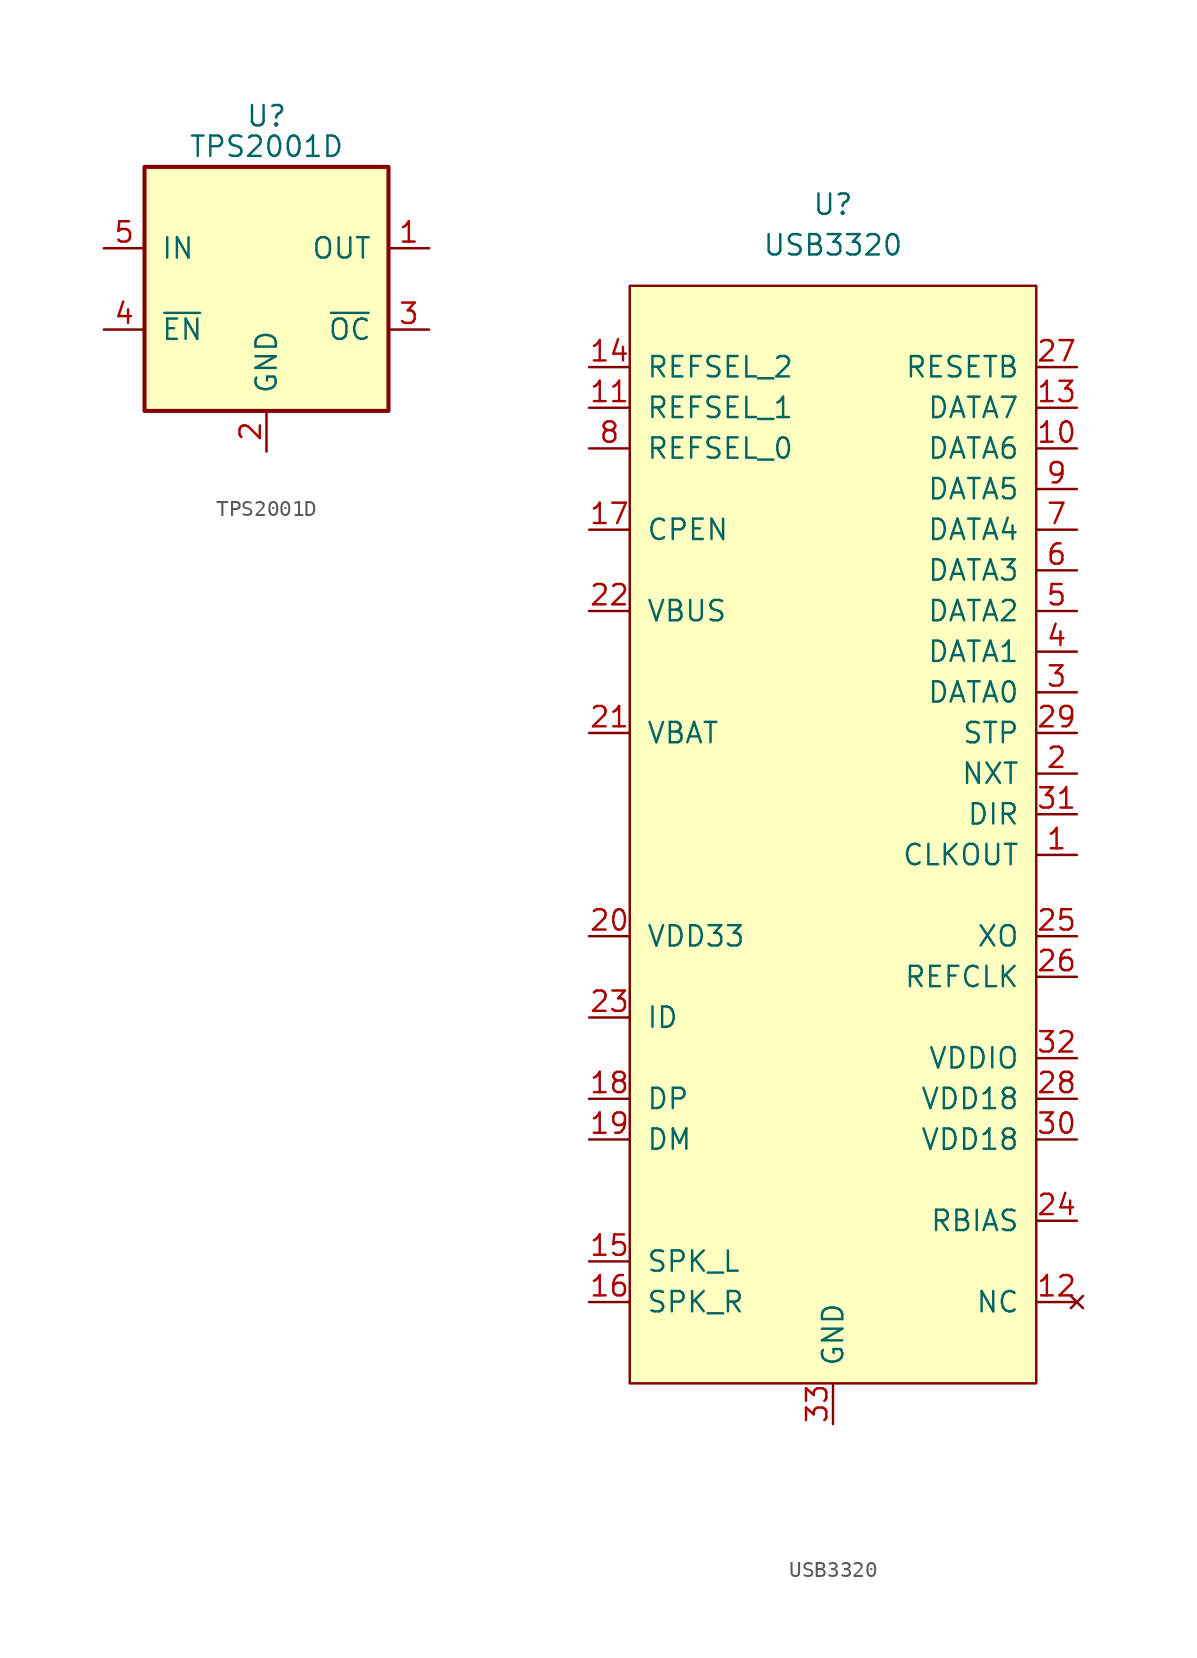
<source format=kicad_sym>
(kicad_symbol_lib
  (version 20211014)
  (generator kicad_symbol_editor)
  (symbol "TPS2001D"
    (pin_names
      (offset 1.016))
    (property "Reference" "U"
      (at 0 10.795 0)
      (effects (font (size 1.27 1.27))))
    (property "Value" "TPS2001D"
      (at 0 8.89 0)
      (effects (font (size 1.27 1.27))))
    (symbol "TPS2001D_0_1"
      (rectangle (start -7.62 7.62) (end 7.62 -7.62) (stroke (width 0.254) (type default) (color 0 0 0 0)) (fill (type background))))
    (symbol "TPS2001D_1_1"
      (pin power_out line (at 10.16 2.54 180) (length 2.54) (name "OUT" (effects (font (size 1.27 1.27)))) (number "1" (effects (font (size 1.27 1.27)))))
      (pin power_in line (at 0 -10.16 90) (length 2.54) (name "GND" (effects (font (size 1.27 1.27)))) (number "2" (effects (font (size 1.27 1.27)))))
      (pin open_collector line (at 10.16 -2.54 180) (length 2.54) (name "~{OC}" (effects (font (size 1.27 1.27)))) (number "3" (effects (font (size 1.27 1.27)))))
      (pin input line (at -10.16 -2.54 0) (length 2.54) (name "~{EN}" (effects (font (size 1.27 1.27)))) (number "4" (effects (font (size 1.27 1.27)))))
      (pin power_in line (at -10.16 2.54 0) (length 2.54) (name "IN" (effects (font (size 1.27 1.27)))) (number "5" (effects (font (size 1.27 1.27)))))))
  (symbol "USB3320"
    (pin_names
      (offset 1.016))
    (property "Reference" "U"
      (at 0 0 0)
      (effects (font (size 1.27 1.27))))
    (property "Value" "USB3320"
      (at 0 -2.54 0)
      (effects (font (size 1.27 1.27))))
    (symbol "USB3320_0_1"
      (rectangle (start -12.7 -5.08) (end 12.7 -73.66) (stroke (width 0) (type default) (color 0 0 0 0)) (fill (type background))))
    (symbol "USB3320_1_1"
      (pin output line (at 15.24 -40.64 180) (length 2.54) (name "CLKOUT" (effects (font (size 1.27 1.27)))) (number "1" (effects (font (size 1.27 1.27)))))
      (pin bidirectional line (at 15.24 -15.24 180) (length 2.54) (name "DATA6" (effects (font (size 1.27 1.27)))) (number "10" (effects (font (size 1.27 1.27)))))
      (pin input line (at -15.24 -12.7 0) (length 2.54) (name "REFSEL_1" (effects (font (size 1.27 1.27)))) (number "11" (effects (font (size 1.27 1.27)))))
      (pin no_connect line (at 15.24 -68.58 180) (length 2.54) (name "NC" (effects (font (size 1.27 1.27)))) (number "12" (effects (font (size 1.27 1.27)))))
      (pin bidirectional line (at 15.24 -12.7 180) (length 2.54) (name "DATA7" (effects (font (size 1.27 1.27)))) (number "13" (effects (font (size 1.27 1.27)))))
      (pin input line (at -15.24 -10.16 0) (length 2.54) (name "REFSEL_2" (effects (font (size 1.27 1.27)))) (number "14" (effects (font (size 1.27 1.27)))))
      (pin bidirectional line (at -15.24 -66.04 0) (length 2.54) (name "SPK_L" (effects (font (size 1.27 1.27)))) (number "15" (effects (font (size 1.27 1.27)))))
      (pin bidirectional line (at -15.24 -68.58 0) (length 2.54) (name "SPK_R" (effects (font (size 1.27 1.27)))) (number "16" (effects (font (size 1.27 1.27)))))
      (pin input line (at -15.24 -20.32 0) (length 2.54) (name "CPEN" (effects (font (size 1.27 1.27)))) (number "17" (effects (font (size 1.27 1.27)))))
      (pin bidirectional line (at -15.24 -55.88 0) (length 2.54) (name "DP" (effects (font (size 1.27 1.27)))) (number "18" (effects (font (size 1.27 1.27)))))
      (pin bidirectional line (at -15.24 -58.42 0) (length 2.54) (name "DM" (effects (font (size 1.27 1.27)))) (number "19" (effects (font (size 1.27 1.27)))))
      (pin output line (at 15.24 -35.56 180) (length 2.54) (name "NXT" (effects (font (size 1.27 1.27)))) (number "2" (effects (font (size 1.27 1.27)))))
      (pin input line (at -15.24 -45.72 0) (length 2.54) (name "VDD33" (effects (font (size 1.27 1.27)))) (number "20" (effects (font (size 1.27 1.27)))))
      (pin input line (at -15.24 -33.02 0) (length 2.54) (name "VBAT" (effects (font (size 1.27 1.27)))) (number "21" (effects (font (size 1.27 1.27)))))
      (pin input line (at -15.24 -25.4 0) (length 2.54) (name "VBUS" (effects (font (size 1.27 1.27)))) (number "22" (effects (font (size 1.27 1.27)))))
      (pin input line (at -15.24 -50.8 0) (length 2.54) (name "ID" (effects (font (size 1.27 1.27)))) (number "23" (effects (font (size 1.27 1.27)))))
      (pin output line (at 15.24 -63.5 180) (length 2.54) (name "RBIAS" (effects (font (size 1.27 1.27)))) (number "24" (effects (font (size 1.27 1.27)))))
      (pin output line (at 15.24 -45.72 180) (length 2.54) (name "XO" (effects (font (size 1.27 1.27)))) (number "25" (effects (font (size 1.27 1.27)))))
      (pin input line (at 15.24 -48.26 180) (length 2.54) (name "REFCLK" (effects (font (size 1.27 1.27)))) (number "26" (effects (font (size 1.27 1.27)))))
      (pin input line (at 15.24 -10.16 180) (length 2.54) (name "RESETB" (effects (font (size 1.27 1.27)))) (number "27" (effects (font (size 1.27 1.27)))))
      (pin input line (at 15.24 -55.88 180) (length 2.54) (name "VDD18" (effects (font (size 1.27 1.27)))) (number "28" (effects (font (size 1.27 1.27)))))
      (pin input line (at 15.24 -33.02 180) (length 2.54) (name "STP" (effects (font (size 1.27 1.27)))) (number "29" (effects (font (size 1.27 1.27)))))
      (pin bidirectional line (at 15.24 -30.48 180) (length 2.54) (name "DATA0" (effects (font (size 1.27 1.27)))) (number "3" (effects (font (size 1.27 1.27)))))
      (pin input line (at 15.24 -58.42 180) (length 2.54) (name "VDD18" (effects (font (size 1.27 1.27)))) (number "30" (effects (font (size 1.27 1.27)))))
      (pin output line (at 15.24 -38.1 180) (length 2.54) (name "DIR" (effects (font (size 1.27 1.27)))) (number "31" (effects (font (size 1.27 1.27)))))
      (pin input line (at 15.24 -53.34 180) (length 2.54) (name "VDDIO" (effects (font (size 1.27 1.27)))) (number "32" (effects (font (size 1.27 1.27)))))
      (pin bidirectional line (at 0 -76.2 90) (length 2.54) (name "GND" (effects (font (size 1.27 1.27)))) (number "33" (effects (font (size 1.27 1.27)))))
      (pin bidirectional line (at 15.24 -27.94 180) (length 2.54) (name "DATA1" (effects (font (size 1.27 1.27)))) (number "4" (effects (font (size 1.27 1.27)))))
      (pin bidirectional line (at 15.24 -25.4 180) (length 2.54) (name "DATA2" (effects (font (size 1.27 1.27)))) (number "5" (effects (font (size 1.27 1.27)))))
      (pin bidirectional line (at 15.24 -22.86 180) (length 2.54) (name "DATA3" (effects (font (size 1.27 1.27)))) (number "6" (effects (font (size 1.27 1.27)))))
      (pin bidirectional line (at 15.24 -20.32 180) (length 2.54) (name "DATA4" (effects (font (size 1.27 1.27)))) (number "7" (effects (font (size 1.27 1.27)))))
      (pin input line (at -15.24 -15.24 0) (length 2.54) (name "REFSEL_0" (effects (font (size 1.27 1.27)))) (number "8" (effects (font (size 1.27 1.27)))))
      (pin bidirectional line (at 15.24 -17.78 180) (length 2.54) (name "DATA5" (effects (font (size 1.27 1.27)))) (number "9" (effects (font (size 1.27 1.27))))))))
</source>
